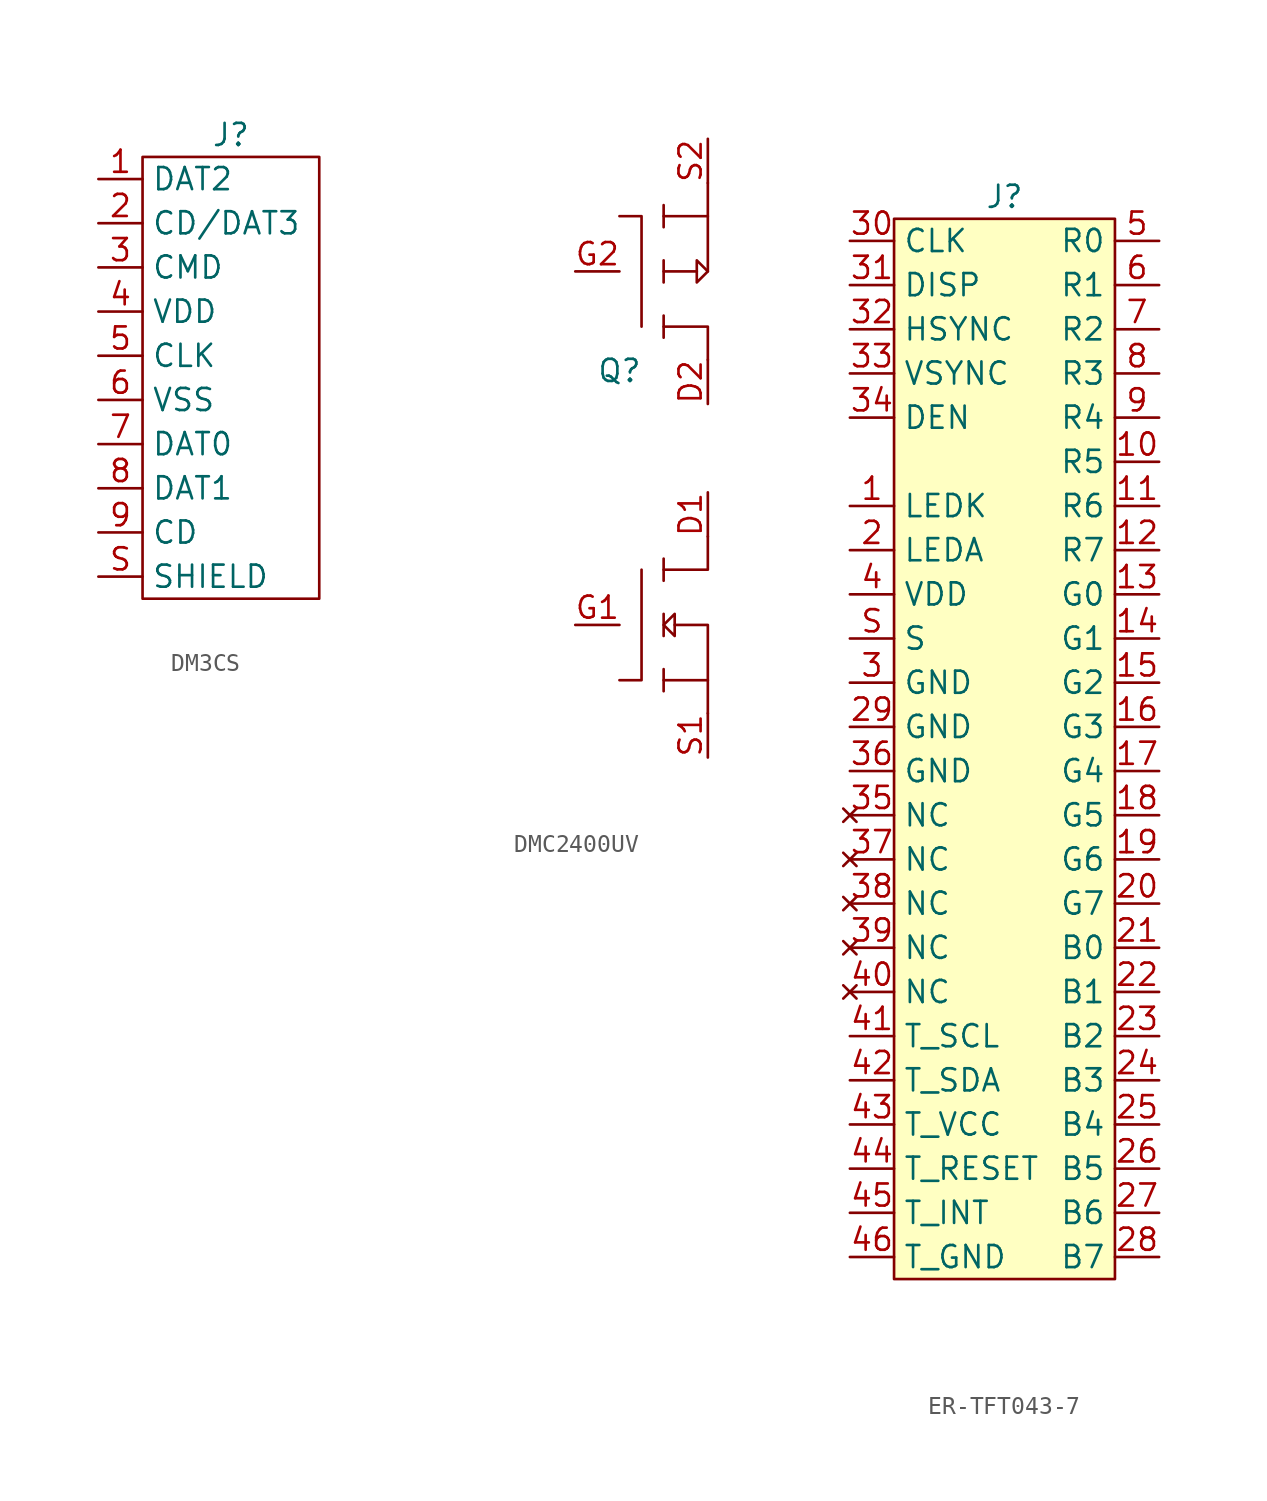
<source format=kicad_sym>
(kicad_symbol_lib
  (version 20220914)
  (generator kicad_symbol_editor)
  (symbol "DM3CS"
    (property "Reference" "J"
      (at 0 11.43 0)
      (effects (font (size 1.27 1.27))))
    (property "Value" ""
      (at -7.62 8.89 0)
      (effects (font (size 1.27 1.27))))
    (symbol "DM3CS_0_1"
      (rectangle (start -5.08 10.16) (end 5.08 -15.24) (stroke (width 0) (type default)) (fill (type none))))
    (symbol "DM3CS_1_1"
      (pin input line (at -7.62 8.89 0) (length 2.54) (name "DAT2" (effects (font (size 1.27 1.27)))) (number "1" (effects (font (size 1.27 1.27)))))
      (pin input line (at -7.62 6.35 0) (length 2.54) (name "CD/DAT3" (effects (font (size 1.27 1.27)))) (number "2" (effects (font (size 1.27 1.27)))))
      (pin input line (at -7.62 3.81 0) (length 2.54) (name "CMD" (effects (font (size 1.27 1.27)))) (number "3" (effects (font (size 1.27 1.27)))))
      (pin input line (at -7.62 1.27 0) (length 2.54) (name "VDD" (effects (font (size 1.27 1.27)))) (number "4" (effects (font (size 1.27 1.27)))))
      (pin input line (at -7.62 -1.27 0) (length 2.54) (name "CLK" (effects (font (size 1.27 1.27)))) (number "5" (effects (font (size 1.27 1.27)))))
      (pin input line (at -7.62 -3.81 0) (length 2.54) (name "VSS" (effects (font (size 1.27 1.27)))) (number "6" (effects (font (size 1.27 1.27)))))
      (pin input line (at -7.62 -6.35 0) (length 2.54) (name "DAT0" (effects (font (size 1.27 1.27)))) (number "7" (effects (font (size 1.27 1.27)))))
      (pin input line (at -7.62 -8.89 0) (length 2.54) (name "DAT1" (effects (font (size 1.27 1.27)))) (number "8" (effects (font (size 1.27 1.27)))))
      (pin input line (at -7.62 -11.43 0) (length 2.54) (name "CD" (effects (font (size 1.27 1.27)))) (number "9" (effects (font (size 1.27 1.27)))))
      (pin input line (at -7.62 -13.97 0) (length 2.54) (name "SHIELD" (effects (font (size 1.27 1.27)))) (number "S" (effects (font (size 1.27 1.27)))))))
  (symbol "DMC2400UV"
    (pin_names hide)
    (property "Reference" "Q"
      (at 10.16 0.635 0)
      (effects (font (size 1.27 1.27))))
    (property "Value" ""
      (at 0 0 0)
      (effects (font (size 1.27 1.27))))
    (symbol "DMC2400UV_0_1"
      (polyline (pts (xy 12.7 -16.51) (xy 12.7 -17.78)) (stroke (width 0) (type default)) (fill (type none)))
      (polyline (pts (xy 12.7 -13.335) (xy 12.7 -14.605)) (stroke (width 0) (type default)) (fill (type none)))
      (polyline (pts (xy 12.7 -10.16) (xy 12.7 -11.43)) (stroke (width 0) (type default)) (fill (type none)))
      (polyline (pts (xy 12.7 3.81) (xy 12.7 2.54)) (stroke (width 0) (type default)) (fill (type none)))
      (polyline (pts (xy 12.7 6.35) (xy 14.605 6.35)) (stroke (width 0) (type default)) (fill (type none)))
      (polyline (pts (xy 12.7 6.985) (xy 12.7 5.715)) (stroke (width 0) (type default)) (fill (type none)))
      (polyline (pts (xy 12.7 10.16) (xy 12.7 8.89)) (stroke (width 0) (type default)) (fill (type none)))
      (polyline (pts (xy 15.24 9.525) (xy 15.24 6.35)) (stroke (width 0) (type default)) (fill (type none)))
      (polyline (pts (xy 10.16 -17.145) (xy 11.43 -17.145) (xy 11.43 -10.795)) (stroke (width 0) (type default)) (fill (type none)))
      (polyline (pts (xy 10.16 9.525) (xy 11.43 9.525) (xy 11.43 3.175)) (stroke (width 0) (type default)) (fill (type none)))
      (polyline (pts (xy 12.7 3.175) (xy 15.24 3.175) (xy 15.24 1.27)) (stroke (width 0) (type default)) (fill (type none)))
      (polyline (pts (xy 12.7 9.525) (xy 15.24 9.525) (xy 15.24 11.43)) (stroke (width 0) (type default)) (fill (type none)))
      (polyline (pts (xy 13.335 -13.97) (xy 15.24 -13.97) (xy 15.24 -17.145)) (stroke (width 0) (type default)) (fill (type none)))
      (polyline (pts (xy 15.24 -19.05) (xy 15.24 -17.145) (xy 12.7 -17.145)) (stroke (width 0) (type default)) (fill (type none)))
      (polyline (pts (xy 15.24 -8.89) (xy 15.24 -10.795) (xy 12.7 -10.795)) (stroke (width 0) (type default)) (fill (type none)))
      (polyline (pts (xy 13.335 -13.335) (xy 12.7 -13.97) (xy 13.335 -14.605) (xy 13.335 -13.335)) (stroke (width 0) (type default)) (fill (type none)))
      (polyline (pts (xy 14.605 6.985) (xy 15.24 6.35) (xy 14.605 5.715) (xy 14.605 6.985)) (stroke (width 0) (type default)) (fill (type none))))
    (symbol "DMC2400UV_1_1"
      (pin input line (at 15.24 -6.35 270) (length 2.54) (name "D1" (effects (font (size 1.27 1.27)))) (number "D1" (effects (font (size 1.27 1.27)))))
      (pin input line (at 15.24 -1.27 90) (length 2.54) (name "D2" (effects (font (size 1.27 1.27)))) (number "D2" (effects (font (size 1.27 1.27)))))
      (pin input line (at 7.62 -13.97 0) (length 2.54) (name "G1" (effects (font (size 1.27 1.27)))) (number "G1" (effects (font (size 1.27 1.27)))))
      (pin input line (at 7.62 6.35 0) (length 2.54) (name "G2" (effects (font (size 1.27 1.27)))) (number "G2" (effects (font (size 1.27 1.27)))))
      (pin input line (at 15.24 -21.59 90) (length 2.54) (name "S1" (effects (font (size 1.27 1.27)))) (number "S1" (effects (font (size 1.27 1.27)))))
      (pin input line (at 15.24 13.97 270) (length 2.54) (name "S2" (effects (font (size 1.27 1.27)))) (number "S2" (effects (font (size 1.27 1.27)))))))
  (symbol "ER-TFT043-7"
    (property "Reference" "J"
      (at 0 31.75 0)
      (effects (font (size 1.27 1.27))))
    (property "Value" ""
      (at -8.89 31.75 0)
      (effects (font (size 1.27 1.27))))
    (symbol "ER-TFT043-7_1_1"
      (rectangle (start -6.35 30.48) (end 6.35 -30.48) (stroke (width 0) (type default)) (fill (type background)))
      (pin power_in line (at -8.89 13.97 0) (length 2.54) (name "LEDK" (effects (font (size 1.27 1.27)))) (number "1" (effects (font (size 1.27 1.27)))))
      (pin bidirectional line (at 8.89 16.51 180) (length 2.54) (name "R5" (effects (font (size 1.27 1.27)))) (number "10" (effects (font (size 1.27 1.27)))))
      (pin bidirectional line (at 8.89 13.97 180) (length 2.54) (name "R6" (effects (font (size 1.27 1.27)))) (number "11" (effects (font (size 1.27 1.27)))))
      (pin bidirectional line (at 8.89 11.43 180) (length 2.54) (name "R7" (effects (font (size 1.27 1.27)))) (number "12" (effects (font (size 1.27 1.27)))))
      (pin bidirectional line (at 8.89 8.89 180) (length 2.54) (name "G0" (effects (font (size 1.27 1.27)))) (number "13" (effects (font (size 1.27 1.27)))))
      (pin bidirectional line (at 8.89 6.35 180) (length 2.54) (name "G1" (effects (font (size 1.27 1.27)))) (number "14" (effects (font (size 1.27 1.27)))))
      (pin bidirectional line (at 8.89 3.81 180) (length 2.54) (name "G2" (effects (font (size 1.27 1.27)))) (number "15" (effects (font (size 1.27 1.27)))))
      (pin bidirectional line (at 8.89 1.27 180) (length 2.54) (name "G3" (effects (font (size 1.27 1.27)))) (number "16" (effects (font (size 1.27 1.27)))))
      (pin bidirectional line (at 8.89 -1.27 180) (length 2.54) (name "G4" (effects (font (size 1.27 1.27)))) (number "17" (effects (font (size 1.27 1.27)))))
      (pin bidirectional line (at 8.89 -3.81 180) (length 2.54) (name "G5" (effects (font (size 1.27 1.27)))) (number "18" (effects (font (size 1.27 1.27)))))
      (pin bidirectional line (at 8.89 -6.35 180) (length 2.54) (name "G6" (effects (font (size 1.27 1.27)))) (number "19" (effects (font (size 1.27 1.27)))))
      (pin power_in line (at -8.89 11.43 0) (length 2.54) (name "LEDA" (effects (font (size 1.27 1.27)))) (number "2" (effects (font (size 1.27 1.27)))))
      (pin bidirectional line (at 8.89 -8.89 180) (length 2.54) (name "G7" (effects (font (size 1.27 1.27)))) (number "20" (effects (font (size 1.27 1.27)))))
      (pin bidirectional line (at 8.89 -11.43 180) (length 2.54) (name "B0" (effects (font (size 1.27 1.27)))) (number "21" (effects (font (size 1.27 1.27)))))
      (pin bidirectional line (at 8.89 -13.97 180) (length 2.54) (name "B1" (effects (font (size 1.27 1.27)))) (number "22" (effects (font (size 1.27 1.27)))))
      (pin bidirectional line (at 8.89 -16.51 180) (length 2.54) (name "B2" (effects (font (size 1.27 1.27)))) (number "23" (effects (font (size 1.27 1.27)))))
      (pin bidirectional line (at 8.89 -19.05 180) (length 2.54) (name "B3" (effects (font (size 1.27 1.27)))) (number "24" (effects (font (size 1.27 1.27)))))
      (pin bidirectional line (at 8.89 -21.59 180) (length 2.54) (name "B4" (effects (font (size 1.27 1.27)))) (number "25" (effects (font (size 1.27 1.27)))))
      (pin bidirectional line (at 8.89 -24.13 180) (length 2.54) (name "B5" (effects (font (size 1.27 1.27)))) (number "26" (effects (font (size 1.27 1.27)))))
      (pin bidirectional line (at 8.89 -26.67 180) (length 2.54) (name "B6" (effects (font (size 1.27 1.27)))) (number "27" (effects (font (size 1.27 1.27)))))
      (pin bidirectional line (at 8.89 -29.21 180) (length 2.54) (name "B7" (effects (font (size 1.27 1.27)))) (number "28" (effects (font (size 1.27 1.27)))))
      (pin power_in line (at -8.89 1.27 0) (length 2.54) (name "GND" (effects (font (size 1.27 1.27)))) (number "29" (effects (font (size 1.27 1.27)))))
      (pin power_in line (at -8.89 3.81 0) (length 2.54) (name "GND" (effects (font (size 1.27 1.27)))) (number "3" (effects (font (size 1.27 1.27)))))
      (pin bidirectional line (at -8.89 29.21 0) (length 2.54) (name "CLK" (effects (font (size 1.27 1.27)))) (number "30" (effects (font (size 1.27 1.27)))))
      (pin bidirectional line (at -8.89 26.67 0) (length 2.54) (name "DISP" (effects (font (size 1.27 1.27)))) (number "31" (effects (font (size 1.27 1.27)))))
      (pin bidirectional line (at -8.89 24.13 0) (length 2.54) (name "HSYNC" (effects (font (size 1.27 1.27)))) (number "32" (effects (font (size 1.27 1.27)))))
      (pin bidirectional line (at -8.89 21.59 0) (length 2.54) (name "VSYNC" (effects (font (size 1.27 1.27)))) (number "33" (effects (font (size 1.27 1.27)))))
      (pin bidirectional line (at -8.89 19.05 0) (length 2.54) (name "DEN" (effects (font (size 1.27 1.27)))) (number "34" (effects (font (size 1.27 1.27)))))
      (pin no_connect line (at -8.89 -3.81 0) (length 2.54) (name "NC" (effects (font (size 1.27 1.27)))) (number "35" (effects (font (size 1.27 1.27)))))
      (pin power_in line (at -8.89 -1.27 0) (length 2.54) (name "GND" (effects (font (size 1.27 1.27)))) (number "36" (effects (font (size 1.27 1.27)))))
      (pin no_connect line (at -8.89 -6.35 0) (length 2.54) (name "NC" (effects (font (size 1.27 1.27)))) (number "37" (effects (font (size 1.27 1.27)))))
      (pin no_connect line (at -8.89 -8.89 0) (length 2.54) (name "NC" (effects (font (size 1.27 1.27)))) (number "38" (effects (font (size 1.27 1.27)))))
      (pin no_connect line (at -8.89 -11.43 0) (length 2.54) (name "NC" (effects (font (size 1.27 1.27)))) (number "39" (effects (font (size 1.27 1.27)))))
      (pin power_in line (at -8.89 8.89 0) (length 2.54) (name "VDD" (effects (font (size 1.27 1.27)))) (number "4" (effects (font (size 1.27 1.27)))))
      (pin no_connect line (at -8.89 -13.97 0) (length 2.54) (name "NC" (effects (font (size 1.27 1.27)))) (number "40" (effects (font (size 1.27 1.27)))))
      (pin input line (at -8.89 -16.51 0) (length 2.54) (name "T_SCL" (effects (font (size 1.27 1.27)))) (number "41" (effects (font (size 1.27 1.27)))))
      (pin input line (at -8.89 -19.05 0) (length 2.54) (name "T_SDA" (effects (font (size 1.27 1.27)))) (number "42" (effects (font (size 1.27 1.27)))))
      (pin input line (at -8.89 -21.59 0) (length 2.54) (name "T_VCC" (effects (font (size 1.27 1.27)))) (number "43" (effects (font (size 1.27 1.27)))))
      (pin input line (at -8.89 -24.13 0) (length 2.54) (name "T_RESET" (effects (font (size 1.27 1.27)))) (number "44" (effects (font (size 1.27 1.27)))))
      (pin input line (at -8.89 -26.67 0) (length 2.54) (name "T_INT" (effects (font (size 1.27 1.27)))) (number "45" (effects (font (size 1.27 1.27)))))
      (pin input line (at -8.89 -29.21 0) (length 2.54) (name "T_GND" (effects (font (size 1.27 1.27)))) (number "46" (effects (font (size 1.27 1.27)))))
      (pin bidirectional line (at 8.89 29.21 180) (length 2.54) (name "R0" (effects (font (size 1.27 1.27)))) (number "5" (effects (font (size 1.27 1.27)))))
      (pin bidirectional line (at 8.89 26.67 180) (length 2.54) (name "R1" (effects (font (size 1.27 1.27)))) (number "6" (effects (font (size 1.27 1.27)))))
      (pin bidirectional line (at 8.89 24.13 180) (length 2.54) (name "R2" (effects (font (size 1.27 1.27)))) (number "7" (effects (font (size 1.27 1.27)))))
      (pin bidirectional line (at 8.89 21.59 180) (length 2.54) (name "R3" (effects (font (size 1.27 1.27)))) (number "8" (effects (font (size 1.27 1.27)))))
      (pin bidirectional line (at 8.89 19.05 180) (length 2.54) (name "R4" (effects (font (size 1.27 1.27)))) (number "9" (effects (font (size 1.27 1.27)))))
      (pin power_in line (at -8.89 6.35 0) (length 2.54) (name "S" (effects (font (size 1.27 1.27)))) (number "S" (effects (font (size 1.27 1.27))))))))
</source>
